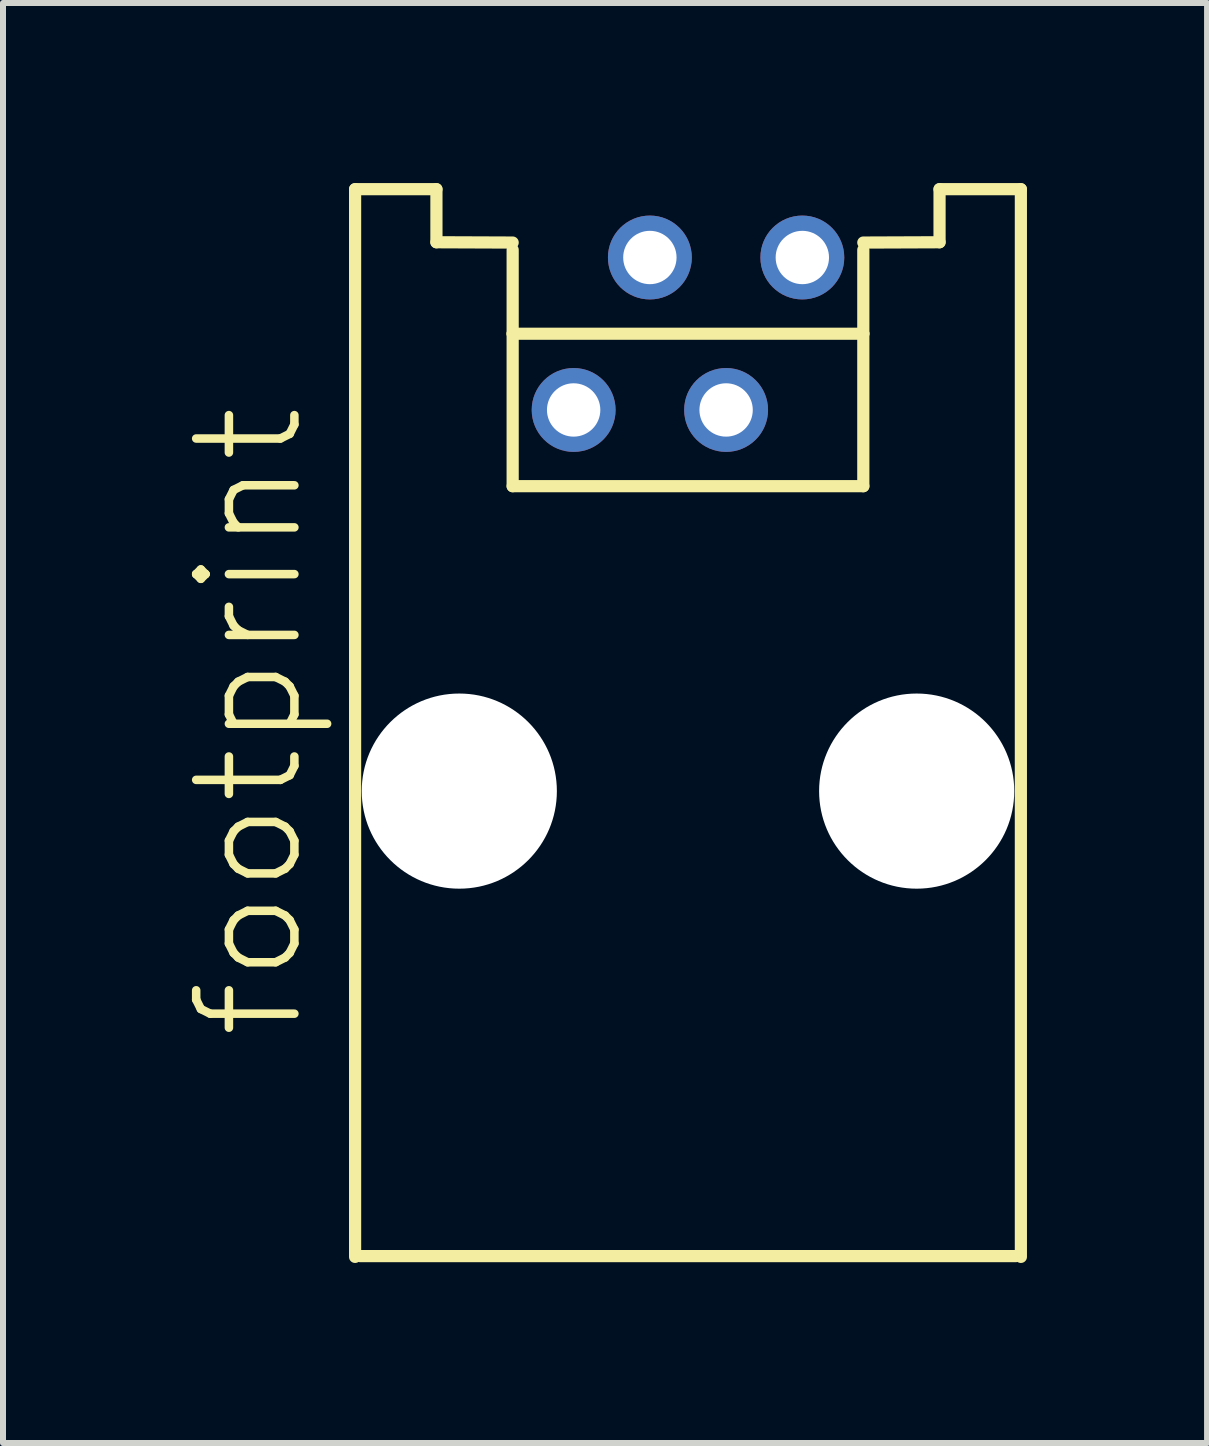
<source format=kicad_pcb>
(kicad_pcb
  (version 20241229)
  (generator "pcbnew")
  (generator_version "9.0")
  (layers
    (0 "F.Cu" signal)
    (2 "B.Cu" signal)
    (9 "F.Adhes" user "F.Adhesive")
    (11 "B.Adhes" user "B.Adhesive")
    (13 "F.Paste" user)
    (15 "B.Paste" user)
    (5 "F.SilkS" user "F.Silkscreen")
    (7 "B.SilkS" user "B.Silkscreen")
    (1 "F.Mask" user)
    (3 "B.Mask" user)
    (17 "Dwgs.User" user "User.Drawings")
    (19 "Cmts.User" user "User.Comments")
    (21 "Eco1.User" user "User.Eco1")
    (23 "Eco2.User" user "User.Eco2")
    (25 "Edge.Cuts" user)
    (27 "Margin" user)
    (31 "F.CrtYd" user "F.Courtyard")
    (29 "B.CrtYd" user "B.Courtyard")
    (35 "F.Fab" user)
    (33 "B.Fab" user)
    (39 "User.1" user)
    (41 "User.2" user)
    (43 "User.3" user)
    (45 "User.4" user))
  (footprint "footprint"
    (layer "F.Cu")
    (at 8.412 10.13)
    (property "Reference" "footprint" (at -6.35 4.191 90) (layer "F.SilkS") (effects (font (size 1.636 1.636) (thickness 0.142)) (justify left bottom)))
    (fp_line (start -5.546 -10.028) (end -4.191 -10.028) (stroke (width 0.203) (type solid)) (layer "F.SilkS"))
    (fp_line (start -5.546 7.76) (end -5.546 -10.028) (stroke (width 0.203) (type solid)) (layer "F.SilkS"))
    (fp_line (start -4.191 -10.028) (end -4.191 -9.144) (stroke (width 0.203) (type solid)) (layer "F.SilkS"))
    (fp_line (start -4.191 -9.144) (end -2.921 -9.139) (stroke (width 0.203) (type solid)) (layer "F.SilkS"))
    (fp_line (start -2.921 -9.017) (end -2.921 -7.62) (stroke (width 0.203) (type solid)) (layer "F.SilkS"))
    (fp_line (start -2.921 -7.62) (end -2.921 -5.08) (stroke (width 0.203) (type solid)) (layer "F.SilkS"))
    (fp_line (start -2.921 -7.62) (end 2.921 -7.62) (stroke (width 0.203) (type solid)) (layer "F.SilkS"))
    (fp_line (start -2.921 -5.08) (end 2.921 -5.08) (stroke (width 0.203) (type solid)) (layer "F.SilkS"))
    (fp_line (start 2.921 -9.139) (end 4.191 -9.144) (stroke (width 0.203) (type solid)) (layer "F.SilkS"))
    (fp_line (start 2.921 -9.017) (end 2.921 -7.62) (stroke (width 0.203) (type solid)) (layer "F.SilkS"))
    (fp_line (start 2.921 -7.62) (end 2.921 -5.08) (stroke (width 0.203) (type solid)) (layer "F.SilkS"))
    (fp_line (start 4.191 -10.028) (end 5.546 -10.028) (stroke (width 0.203) (type solid)) (layer "F.SilkS"))
    (fp_line (start 4.191 -9.144) (end 4.191 -10.028) (stroke (width 0.203) (type solid)) (layer "F.SilkS"))
    (fp_line (start 5.461 7.747) (end -5.461 7.747) (stroke (width 0.203) (type solid)) (layer "F.SilkS"))
    (fp_line (start 5.546 -10.028) (end 5.546 7.76) (stroke (width 0.203) (type solid)) (layer "F.SilkS"))
    (pad "" np_thru_hole circle (at -3.81 0) (size 3.251 3.251) (drill 3.251) (layers "*.Cu" "*.Mask"))
    (pad "" np_thru_hole circle (at 3.81 0) (size 3.251 3.251) (drill 3.251) (layers "*.Cu" "*.Mask"))
    (pad "1" thru_hole circle (at -1.905 -6.35) (size 1.397 1.397) (drill 0.889) (layers "*.Cu" "*.Mask"))
    (pad "2" thru_hole circle (at -0.635 -8.89) (size 1.397 1.397) (drill 0.889) (layers "*.Cu" "*.Mask"))
    (pad "3" thru_hole circle (at 0.635 -6.35) (size 1.397 1.397) (drill 0.889) (layers "*.Cu" "*.Mask"))
    (pad "4" thru_hole circle (at 1.905 -8.89) (size 1.397 1.397) (drill 0.889) (layers "*.Cu" "*.Mask")))
  (gr_rect
    (start -3 -3)
    (end 17.06 20.991)
    (stroke (width 0.1) (type default))
    (fill no)
    (layer "Edge.Cuts")))
</source>
